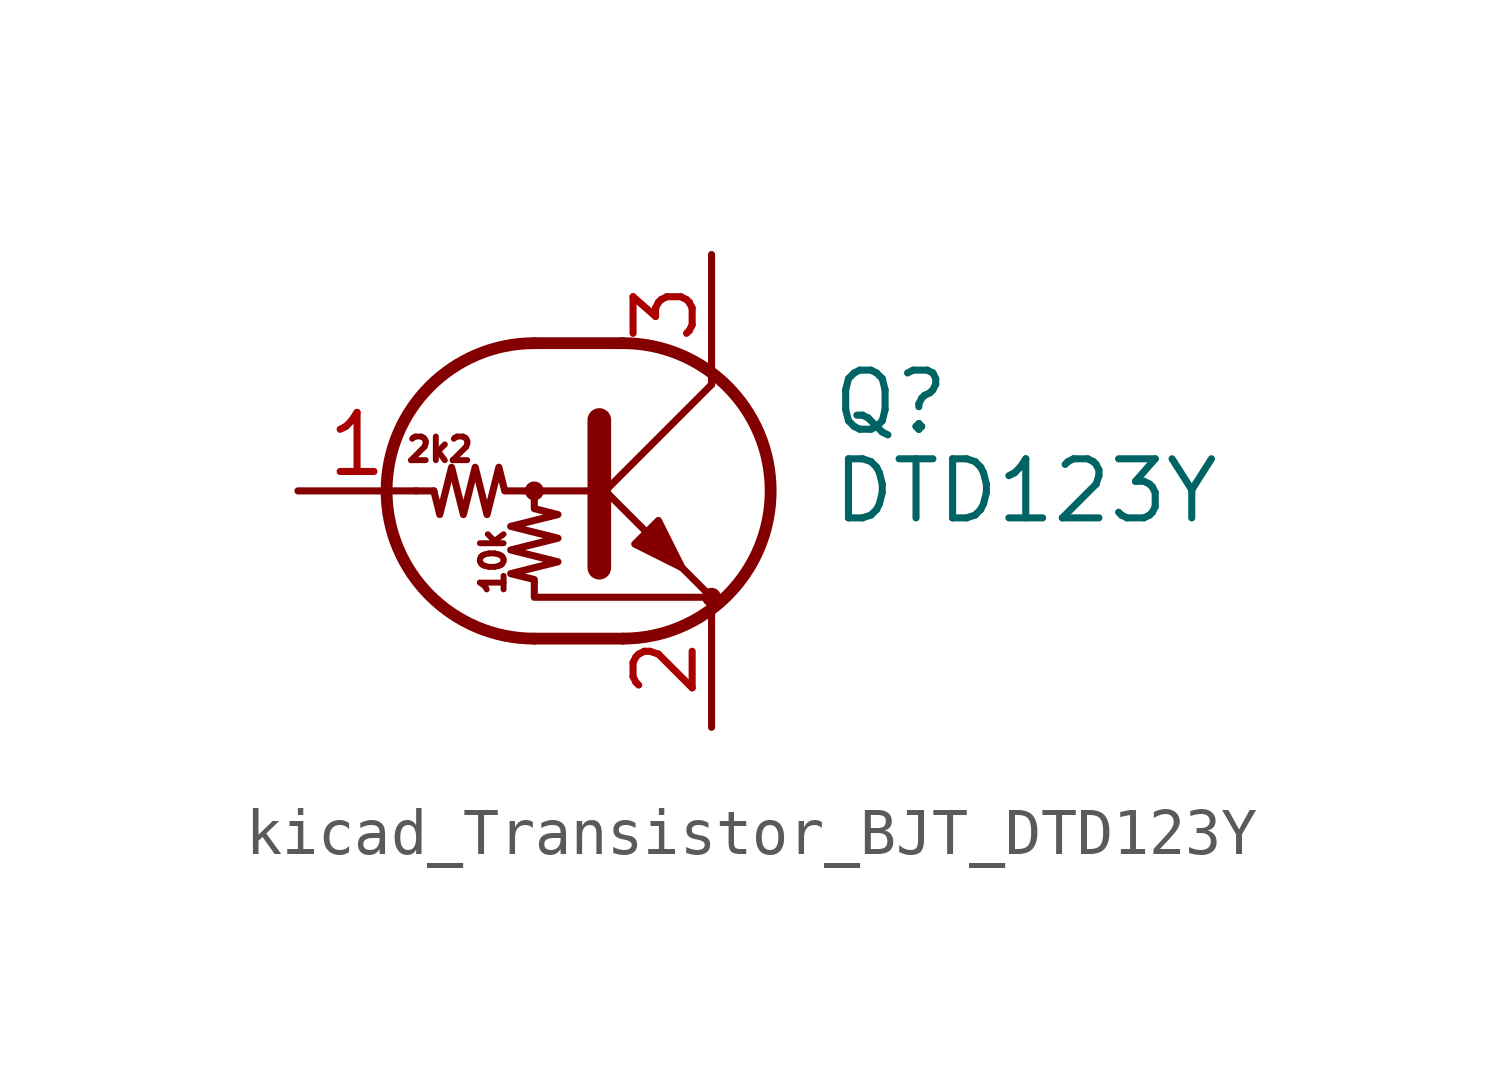
<source format=kicad_sym>
(kicad_symbol_lib
  (version 20220914)
  (generator kicad_symbol_editor)
  (symbol "kicad_Transistor_BJT_DTD123Y"
    (pin_names
      (offset 0) hide)
    (property "Reference" "Q"
      (at 5.08 1.905 0)
      (effects (font (size 1.27 1.27)) (justify left)))
    (property "Value" "DTD123Y"
      (at 5.08 0 0)
      (effects (font (size 1.27 1.27)) (justify left)))
    (symbol "kicad_Transistor_BJT_DTD123Y_0_0"
      (text "10k" (at -2.159 -1.524 900) (effects (font (size 0.508 0.508))))
      (text "2k2" (at -3.302 0.889 0) (effects (font (size 0.508 0.508)))))
    (symbol "kicad_Transistor_BJT_DTD123Y_0_1"
      (circle (center -1.27 0) (radius 0.127) (stroke (width 0) (type default)) (fill (type none)))
      (arc (start -1.27 3.175) (mid -4.4312 0) (end -1.27 -3.175) (stroke (width 0.254) (type default)) (fill (type none)))
      (polyline (pts (xy -3.429 0) (xy -3.81 0)) (stroke (width 0) (type default)) (fill (type none)))
      (polyline (pts (xy -1.27 -3.175) (xy 0.635 -3.175)) (stroke (width 0.254) (type default)) (fill (type none)))
      (polyline (pts (xy -1.27 3.175) (xy 0.635 3.175)) (stroke (width 0.254) (type default)) (fill (type none)))
      (polyline (pts (xy 0 -0.254) (xy 2.54 2.286)) (stroke (width 0) (type default)) (fill (type none)))
      (polyline (pts (xy 0.127 1.524) (xy 0.127 -1.651)) (stroke (width 0.508) (type default)) (fill (type outline)))
      (polyline (pts (xy 2.54 2.286) (xy 2.54 2.54)) (stroke (width 0) (type default)) (fill (type none)))
      (polyline (pts (xy 2.54 -2.286) (xy 0 0.254) (xy 0 0.254)) (stroke (width 0) (type default)) (fill (type none)))
      (polyline (pts (xy 0.889 -1.143) (xy 1.397 -0.635) (xy 1.905 -1.651) (xy 0.889 -1.143)) (stroke (width 0) (type default)) (fill (type outline)))
      (polyline (pts (xy 0 0) (xy -1.905 0) (xy -2.032 0.508) (xy -2.286 -0.508) (xy -2.54 0.508) (xy -2.794 -0.508) (xy -3.048 0.508) (xy -3.302 -0.508) (xy -3.429 0)) (stroke (width 0) (type default)) (fill (type none)))
      (polyline (pts (xy -1.27 0) (xy -1.27 -0.381) (xy -0.762 -0.508) (xy -1.778 -0.762) (xy -0.762 -1.016) (xy -1.778 -1.27) (xy -0.762 -1.524) (xy -1.778 -1.778) (xy -1.27 -1.905) (xy -1.27 -2.286) (xy 2.54 -2.286)) (stroke (width 0) (type default)) (fill (type none)))
      (arc (start 0.635 -3.175) (mid 3.7962 0) (end 0.635 3.175) (stroke (width 0.254) (type default)) (fill (type none)))
      (circle (center 2.54 -2.286) (radius 0.127) (stroke (width 0) (type default)) (fill (type none))))
    (symbol "kicad_Transistor_BJT_DTD123Y_1_1"
      (pin input line (at -6.35 0 0) (length 2.54) (name "B" (effects (font (size 1.27 1.27)))) (number "1" (effects (font (size 1.27 1.27)))))
      (pin passive line (at 2.54 -5.08 90) (length 2.54) (name "E" (effects (font (size 1.27 1.27)))) (number "2" (effects (font (size 1.27 1.27)))))
      (pin passive line (at 2.54 5.08 270) (length 2.54) (name "C" (effects (font (size 1.27 1.27)))) (number "3" (effects (font (size 1.27 1.27))))))))
</source>
